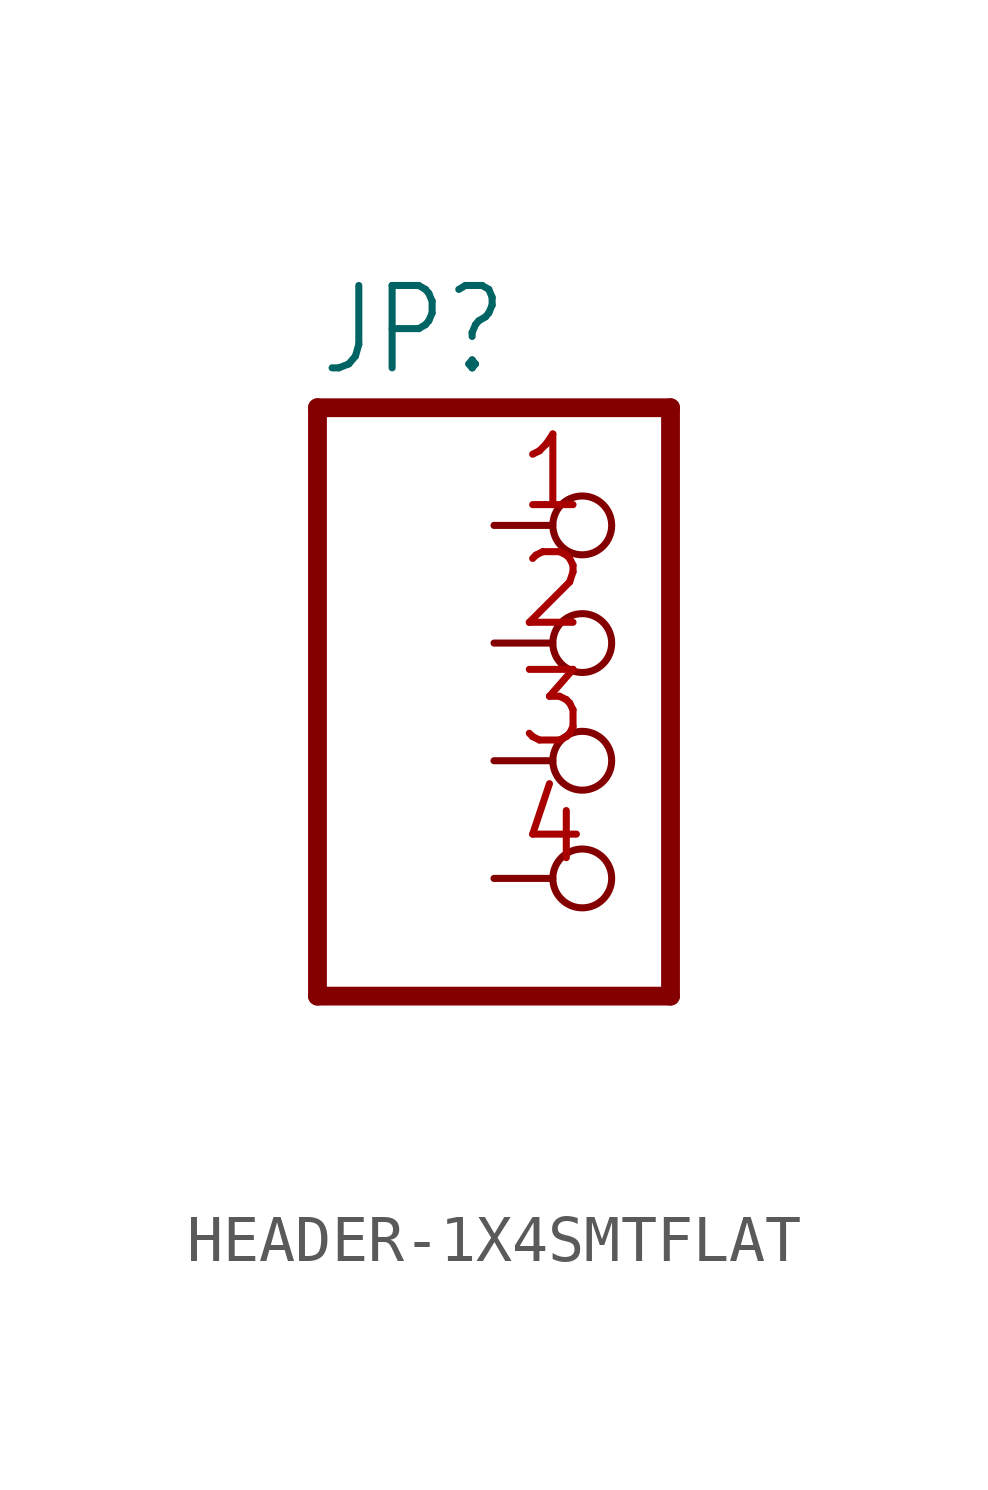
<source format=kicad_sym>
(kicad_symbol_lib
  (version 20241209)
  (generator "kicad_symbol_editor")
  (generator_version "9.0")
  (symbol "HEADER-1X4SMTFLAT"
    (property "Reference" "JP"
      (at -6.35 8.255 0)
      (effects (font (size 1.778 1.511)) (justify left bottom)))
    (property "Value" ""
      (at -6.35 -7.62 0)
      (effects (font (size 1.778 1.511)) (justify left bottom)))
    (property "ki_locked" ""
      (at 0 0 0)
      (effects (font (size 1.27 1.27))))
    (symbol "HEADER-1X4SMTFLAT_1_0"
      (polyline (pts (xy -6.35 7.62) (xy -6.35 -5.08)) (stroke (width 0.406) (type solid)) (fill (type none)))
      (polyline (pts (xy -6.35 -5.08) (xy 1.27 -5.08)) (stroke (width 0.406) (type solid)) (fill (type none)))
      (polyline (pts (xy 1.27 7.62) (xy -6.35 7.62)) (stroke (width 0.406) (type solid)) (fill (type none)))
      (polyline (pts (xy 1.27 -5.08) (xy 1.27 7.62)) (stroke (width 0.406) (type solid)) (fill (type none)))
      (pin passive inverted (at -2.54 5.08 0) (length 2.54) (name "1" (effects (font (size 0 0)))) (number "1" (effects (font (size 1.524 1.524)))))
      (pin passive inverted (at -2.54 2.54 0) (length 2.54) (name "2" (effects (font (size 0 0)))) (number "2" (effects (font (size 1.524 1.524)))))
      (pin passive inverted (at -2.54 0 0) (length 2.54) (name "3" (effects (font (size 0 0)))) (number "3" (effects (font (size 1.524 1.524)))))
      (pin passive inverted (at -2.54 -2.54 0) (length 2.54) (name "4" (effects (font (size 0 0)))) (number "4" (effects (font (size 1.524 1.524))))))))
</source>
